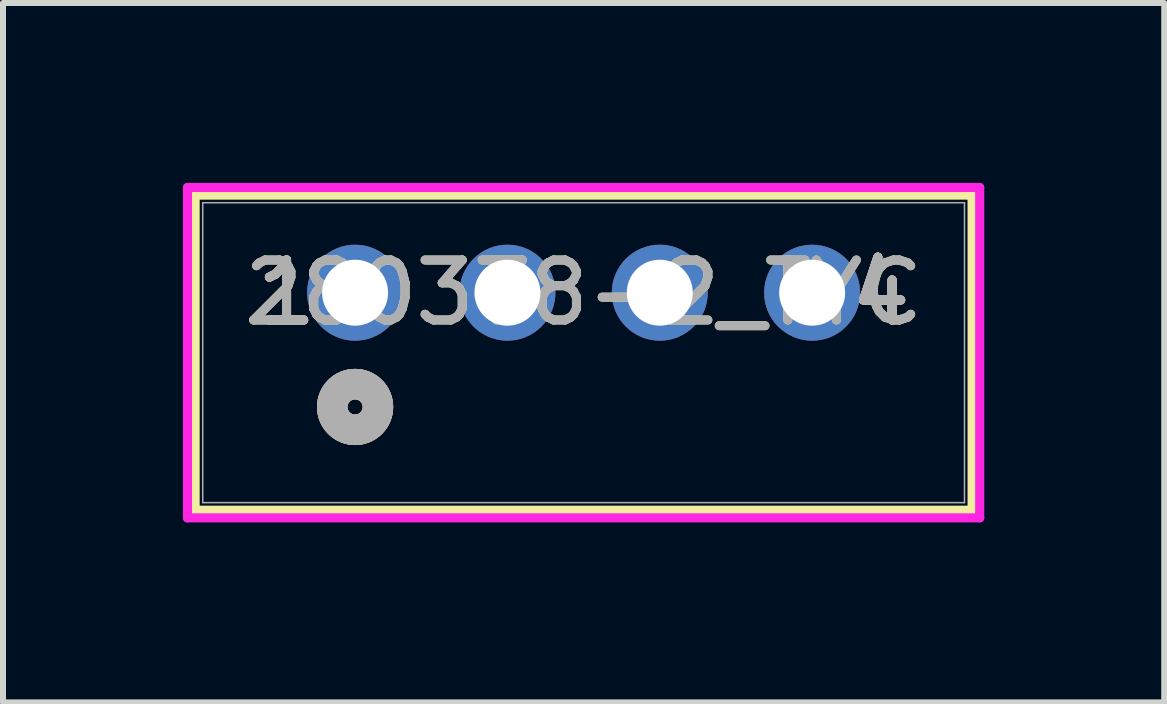
<source format=kicad_pcb>
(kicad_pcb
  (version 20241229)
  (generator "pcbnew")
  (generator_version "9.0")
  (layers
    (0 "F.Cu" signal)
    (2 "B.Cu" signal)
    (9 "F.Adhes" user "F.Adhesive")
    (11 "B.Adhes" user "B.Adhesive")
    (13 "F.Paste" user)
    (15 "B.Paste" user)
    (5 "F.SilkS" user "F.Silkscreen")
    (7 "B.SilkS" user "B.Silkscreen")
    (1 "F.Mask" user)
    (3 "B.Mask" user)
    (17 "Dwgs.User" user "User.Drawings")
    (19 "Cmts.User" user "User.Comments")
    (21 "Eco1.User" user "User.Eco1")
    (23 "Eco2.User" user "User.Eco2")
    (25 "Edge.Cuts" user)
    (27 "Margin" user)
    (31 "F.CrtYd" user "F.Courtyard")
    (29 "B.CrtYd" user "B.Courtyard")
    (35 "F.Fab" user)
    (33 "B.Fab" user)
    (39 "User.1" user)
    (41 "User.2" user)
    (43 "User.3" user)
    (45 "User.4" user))
  (footprint "280378-2_TYC"
    (layer "F.Cu")
    (at 2.87 1.83)
    (property "Reference" "280378-2_TYC" (at 3.81 0 0) (unlocked yes) (layer "F.SilkS") (effects (font (size 1 1) (thickness 0.15))))
    (attr through_hole)
    (fp_line (start -2.667 -1.627) (end -2.667 3.627) (stroke (width 0.152) (type solid)) (layer "F.SilkS"))
    (fp_line (start -2.667 3.627) (end 10.287 3.627) (stroke (width 0.152) (type solid)) (layer "F.SilkS"))
    (fp_line (start 10.287 -1.627) (end -2.667 -1.627) (stroke (width 0.152) (type solid)) (layer "F.SilkS"))
    (fp_line (start 10.287 3.627) (end 10.287 -1.627) (stroke (width 0.152) (type solid)) (layer "F.SilkS"))
    (fp_circle (center 0 1.905) (end 0.381 1.905) (stroke (width 0.508) (type solid)) (fill no) (layer "F.SilkS"))
    (fp_circle (center 0 1.905) (end 0.381 1.905) (stroke (width 0.508) (type solid)) (fill no) (layer "B.SilkS"))
    (fp_line (start -2.794 -1.754) (end -2.794 3.754) (stroke (width 0.152) (type solid)) (layer "F.CrtYd"))
    (fp_line (start -2.794 3.754) (end 10.414 3.754) (stroke (width 0.152) (type solid)) (layer "F.CrtYd"))
    (fp_line (start 10.414 -1.754) (end -2.794 -1.754) (stroke (width 0.152) (type solid)) (layer "F.CrtYd"))
    (fp_line (start 10.414 3.754) (end 10.414 -1.754) (stroke (width 0.152) (type solid)) (layer "F.CrtYd"))
    (fp_line (start -2.54 -1.5) (end -2.54 3.5) (stroke (width 0.025) (type solid)) (layer "F.Fab"))
    (fp_line (start -2.54 3.5) (end 10.16 3.5) (stroke (width 0.025) (type solid)) (layer "F.Fab"))
    (fp_line (start 10.16 -1.5) (end -2.54 -1.5) (stroke (width 0.025) (type solid)) (layer "F.Fab"))
    (fp_line (start 10.16 3.5) (end 10.16 -1.5) (stroke (width 0.025) (type solid)) (layer "F.Fab"))
    (fp_circle (center 0 1.905) (end 0.381 1.905) (stroke (width 0.508) (type solid)) (fill no) (layer "F.Fab"))
    (fp_text user "1" (at -1.143 0 0) (unlocked yes) (layer "F.SilkS") (effects (font (size 1 1) (thickness 0.15))))
    (fp_text user "4" (at 8.763 0 0) (unlocked yes) (layer "F.SilkS") (effects (font (size 1 1) (thickness 0.15))))
    (fp_text user "4" (at 8.763 0 0) (unlocked yes) (layer "F.SilkS") (effects (font (size 1 1) (thickness 0.15))))
    (fp_text user "1" (at -1.143 0 0) (unlocked yes) (layer "F.SilkS") (effects (font (size 1 1) (thickness 0.15))))
    (fp_text user "4" (at 8.763 0 0) (unlocked yes) (layer "B.SilkS") (effects (font (size 1 1) (thickness 0.15))))
    (fp_text user "1" (at -1.143 0 0) (unlocked yes) (layer "B.SilkS") (effects (font (size 1 1) (thickness 0.15))))
    (fp_text user "1" (at -1.143 0 0) (unlocked yes) (layer "B.SilkS") (effects (font (size 1 1) (thickness 0.15))))
    (fp_text user "4" (at 8.763 0 0) (unlocked yes) (layer "B.SilkS") (effects (font (size 1 1) (thickness 0.15))))
    (fp_text user "${REFERENCE}" (at 3.81 0 0) (unlocked yes) (layer "F.Fab") (effects (font (size 1 1) (thickness 0.15))))
    (fp_text user "1" (at -1.143 0 0) (unlocked yes) (layer "F.Fab") (effects (font (size 1 1) (thickness 0.15))))
    (fp_text user "4" (at 8.763 0 0) (unlocked yes) (layer "F.Fab") (effects (font (size 1 1) (thickness 0.15))))
    (fp_text user "1" (at -1.143 0 0) (unlocked yes) (layer "F.Fab") (effects (font (size 1 1) (thickness 0.15))))
    (fp_text user "4" (at 8.763 0 0) (unlocked yes) (layer "F.Fab") (effects (font (size 1 1) (thickness 0.15))))
    (pad "1" thru_hole circle (at 0 0) (size 1.6 1.6) (drill 1.1) (layers "*.Cu" "*.Mask"))
    (pad "2" thru_hole circle (at 2.54 0) (size 1.6 1.6) (drill 1.1) (layers "*.Cu" "*.Mask"))
    (pad "3" thru_hole circle (at 5.08 0) (size 1.6 1.6) (drill 1.1) (layers "*.Cu" "*.Mask"))
    (pad "4" thru_hole circle (at 7.62 0) (size 1.6 1.6) (drill 1.1) (layers "*.Cu" "*.Mask")))
  (gr_rect
    (start -3 -3)
    (end 16.36 8.66)
    (stroke (width 0.1) (type default))
    (fill no)
    (layer "Edge.Cuts")))
</source>
